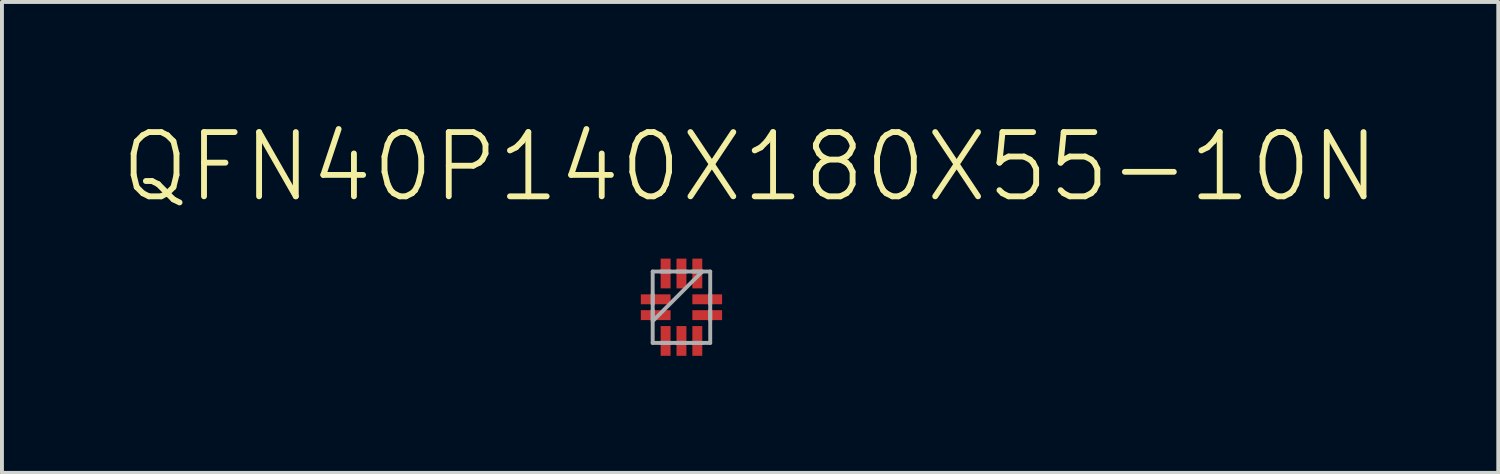
<source format=kicad_pcb>
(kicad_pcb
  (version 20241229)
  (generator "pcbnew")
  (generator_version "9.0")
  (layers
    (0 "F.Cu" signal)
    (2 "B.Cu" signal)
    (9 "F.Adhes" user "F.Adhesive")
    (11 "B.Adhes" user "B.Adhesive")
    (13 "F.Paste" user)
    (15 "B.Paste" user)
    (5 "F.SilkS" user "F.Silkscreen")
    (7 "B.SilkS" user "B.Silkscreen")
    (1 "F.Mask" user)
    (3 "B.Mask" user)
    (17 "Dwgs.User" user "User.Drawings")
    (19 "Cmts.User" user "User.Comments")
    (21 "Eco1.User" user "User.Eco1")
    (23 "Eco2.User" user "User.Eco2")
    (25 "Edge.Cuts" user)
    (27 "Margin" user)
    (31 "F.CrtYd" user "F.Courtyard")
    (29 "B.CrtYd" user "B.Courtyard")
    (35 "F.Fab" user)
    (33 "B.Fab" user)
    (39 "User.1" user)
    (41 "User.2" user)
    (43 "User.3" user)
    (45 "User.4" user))
  (footprint "QFN40P140X180X55-10N"
    (layer "F.Cu")
    (at 14.409 4.821)
    (property "Reference" "QFN40P140X180X55-10N" (at 1.759 -3.595 0) (layer "F.SilkS") (effects (font (size 1.646 1.646) (thickness 0.15))))
    (attr smd)
    (fp_line (start -0.737 -0.914) (end -0.737 0.914) (stroke (width 0.1) (type solid)) (layer "F.Fab"))
    (fp_line (start -0.737 -0.33) (end -0.737 -0.076) (stroke (width 0.1) (type solid)) (layer "F.Fab"))
    (fp_line (start -0.737 0.076) (end -0.737 0.33) (stroke (width 0.1) (type solid)) (layer "F.Fab"))
    (fp_line (start -0.737 0.356) (end 0.533 -0.914) (stroke (width 0.1) (type solid)) (layer "F.Fab"))
    (fp_line (start -0.737 0.914) (end 0.737 0.914) (stroke (width 0.1) (type solid)) (layer "F.Fab"))
    (fp_line (start -0.533 0.914) (end -0.279 0.914) (stroke (width 0.1) (type solid)) (layer "F.Fab"))
    (fp_line (start -0.279 -0.914) (end -0.533 -0.914) (stroke (width 0.1) (type solid)) (layer "F.Fab"))
    (fp_line (start -0.127 0.914) (end 0.127 0.914) (stroke (width 0.1) (type solid)) (layer "F.Fab"))
    (fp_line (start 0.127 -0.914) (end -0.127 -0.914) (stroke (width 0.1) (type solid)) (layer "F.Fab"))
    (fp_line (start 0.279 0.914) (end 0.533 0.914) (stroke (width 0.1) (type solid)) (layer "F.Fab"))
    (fp_line (start 0.533 -0.914) (end 0.279 -0.914) (stroke (width 0.1) (type solid)) (layer "F.Fab"))
    (fp_line (start 0.737 -0.914) (end -0.737 -0.914) (stroke (width 0.1) (type solid)) (layer "F.Fab"))
    (fp_line (start 0.737 -0.076) (end 0.737 -0.33) (stroke (width 0.1) (type solid)) (layer "F.Fab"))
    (fp_line (start 0.737 0.33) (end 0.737 0.076) (stroke (width 0.1) (type solid)) (layer "F.Fab"))
    (fp_line (start 0.737 0.914) (end 0.737 -0.914) (stroke (width 0.1) (type solid)) (layer "F.Fab"))
    (pad "1" smd rect (at -0.66 -0.203 270) (size 0.254 0.762) (layers "F.Cu" "F.Mask" "F.Paste"))
    (pad "2" smd rect (at -0.66 0.203 270) (size 0.254 0.762) (layers "F.Cu" "F.Mask" "F.Paste"))
    (pad "3" smd rect (at -0.406 0.864 180) (size 0.254 0.762) (layers "F.Cu" "F.Mask" "F.Paste"))
    (pad "4" smd rect (at 0 0.864 180) (size 0.254 0.762) (layers "F.Cu" "F.Mask" "F.Paste"))
    (pad "5" smd rect (at 0.406 0.864 180) (size 0.254 0.762) (layers "F.Cu" "F.Mask" "F.Paste"))
    (pad "6" smd rect (at 0.66 0.203 270) (size 0.254 0.762) (layers "F.Cu" "F.Mask" "F.Paste"))
    (pad "7" smd rect (at 0.66 -0.203 270) (size 0.254 0.762) (layers "F.Cu" "F.Mask" "F.Paste"))
    (pad "8" smd rect (at 0.406 -0.864 180) (size 0.254 0.762) (layers "F.Cu" "F.Mask" "F.Paste"))
    (pad "9" smd rect (at 0 -0.864 180) (size 0.254 0.762) (layers "F.Cu" "F.Mask" "F.Paste"))
    (pad "10" smd rect (at -0.406 -0.864 180) (size 0.254 0.762) (layers "F.Cu" "F.Mask" "F.Paste")))
  (gr_rect
    (start -3 -3)
    (end 35.336 9.065)
    (stroke (width 0.1) (type default))
    (fill no)
    (layer "Edge.Cuts")))
</source>
